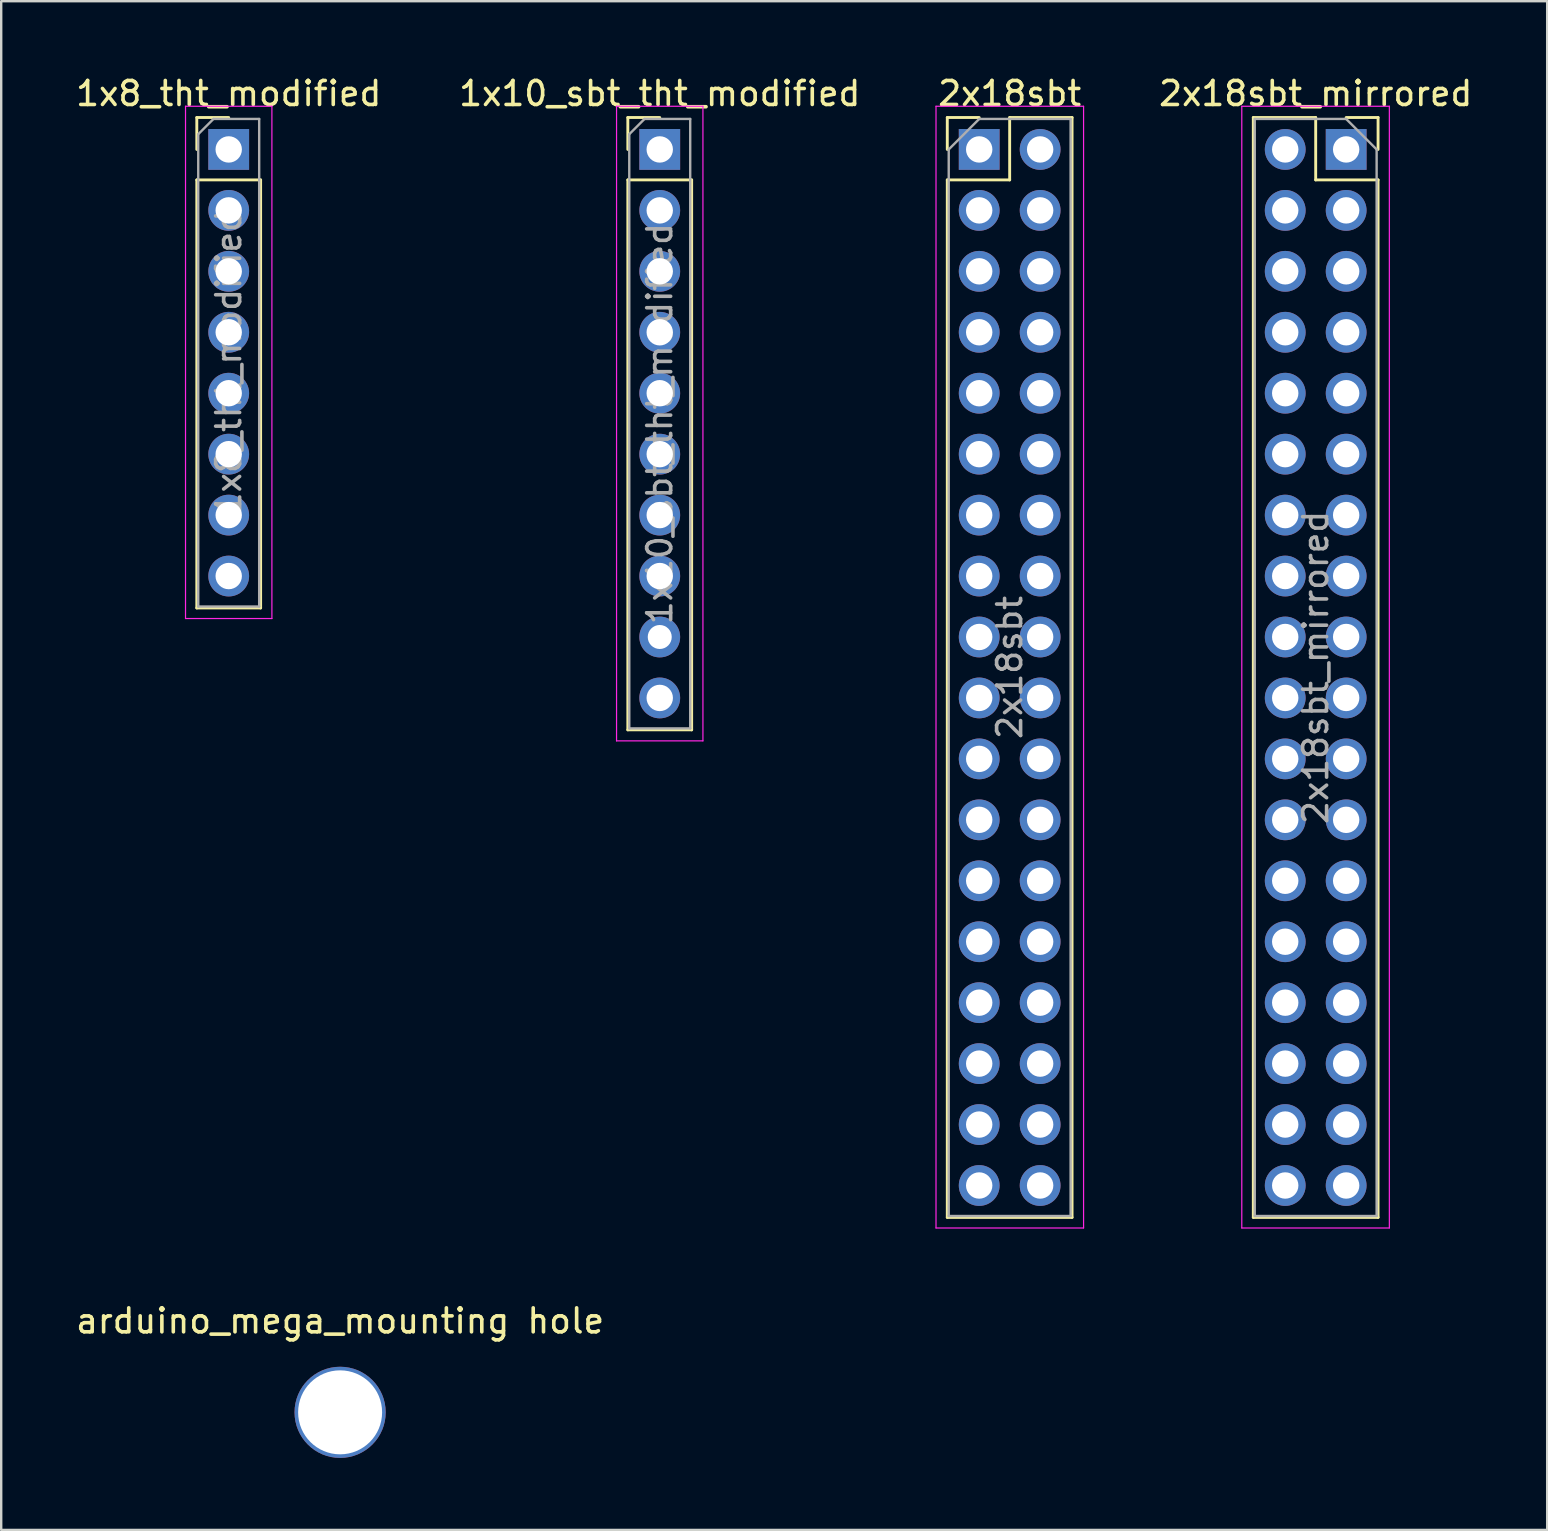
<source format=kicad_pcb>
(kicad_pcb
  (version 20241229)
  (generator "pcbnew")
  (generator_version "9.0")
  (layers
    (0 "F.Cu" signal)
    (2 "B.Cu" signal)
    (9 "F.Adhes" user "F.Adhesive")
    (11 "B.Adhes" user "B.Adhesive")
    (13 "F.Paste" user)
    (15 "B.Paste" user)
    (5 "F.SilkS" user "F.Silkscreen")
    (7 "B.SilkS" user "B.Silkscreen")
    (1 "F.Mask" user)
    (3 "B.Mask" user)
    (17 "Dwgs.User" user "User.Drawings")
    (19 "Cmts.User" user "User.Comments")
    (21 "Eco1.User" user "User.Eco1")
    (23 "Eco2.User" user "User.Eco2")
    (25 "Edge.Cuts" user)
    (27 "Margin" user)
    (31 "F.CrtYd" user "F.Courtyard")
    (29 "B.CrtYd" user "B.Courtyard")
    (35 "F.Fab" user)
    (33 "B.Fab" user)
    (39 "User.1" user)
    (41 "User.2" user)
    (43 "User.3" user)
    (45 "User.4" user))
  (footprint "1x10_sbt_tht_modified"
    (layer "F.Cu")
    (at 24.446 3.178)
    (property "Reference" "1x10_sbt_tht_modified" (at 0 -2.33 0) (layer "F.SilkS") (effects (font (size 1 1) (thickness 0.15))))
    (attr through_hole)
    (fp_line (start -1.33 -1.33) (end 0 -1.33) (stroke (width 0.12) (type solid)) (layer "F.SilkS"))
    (fp_line (start -1.33 0) (end -1.33 -1.33) (stroke (width 0.12) (type solid)) (layer "F.SilkS"))
    (fp_line (start -1.33 1.27) (end -1.33 24.19) (stroke (width 0.12) (type solid)) (layer "F.SilkS"))
    (fp_line (start -1.33 1.27) (end 1.33 1.27) (stroke (width 0.12) (type solid)) (layer "F.SilkS"))
    (fp_line (start -1.33 24.19) (end 1.33 24.19) (stroke (width 0.12) (type solid)) (layer "F.SilkS"))
    (fp_line (start 1.33 1.27) (end 1.33 24.19) (stroke (width 0.12) (type solid)) (layer "F.SilkS"))
    (fp_line (start -1.8 -1.8) (end -1.8 24.65) (stroke (width 0.05) (type solid)) (layer "F.CrtYd"))
    (fp_line (start -1.8 24.65) (end 1.8 24.65) (stroke (width 0.05) (type solid)) (layer "F.CrtYd"))
    (fp_line (start 1.8 -1.8) (end -1.8 -1.8) (stroke (width 0.05) (type solid)) (layer "F.CrtYd"))
    (fp_line (start 1.8 24.65) (end 1.8 -1.8) (stroke (width 0.05) (type solid)) (layer "F.CrtYd"))
    (fp_line (start -1.27 -0.635) (end -0.635 -1.27) (stroke (width 0.1) (type solid)) (layer "F.Fab"))
    (fp_line (start -1.27 24.13) (end -1.27 -0.635) (stroke (width 0.1) (type solid)) (layer "F.Fab"))
    (fp_line (start -0.635 -1.27) (end 1.27 -1.27) (stroke (width 0.1) (type solid)) (layer "F.Fab"))
    (fp_line (start 1.27 -1.27) (end 1.27 24.13) (stroke (width 0.1) (type solid)) (layer "F.Fab"))
    (fp_line (start 1.27 24.13) (end -1.27 24.13) (stroke (width 0.1) (type solid)) (layer "F.Fab"))
    (fp_text user "${REFERENCE}" (at 0 11.43 90) (layer "F.Fab") (effects (font (size 1 1) (thickness 0.15))))
    (pad "1" thru_hole rect (at 0 0) (size 1.7 1.7) (drill 1.1) (layers "*.Cu" "*.Mask"))
    (pad "2" thru_hole oval (at 0 2.54) (size 1.7 1.7) (drill 1.1) (layers "*.Cu" "*.Mask"))
    (pad "3" thru_hole oval (at 0 5.08) (size 1.7 1.7) (drill 1.1) (layers "*.Cu" "*.Mask"))
    (pad "4" thru_hole oval (at 0 7.62) (size 1.7 1.7) (drill 1.1) (layers "*.Cu" "*.Mask"))
    (pad "5" thru_hole oval (at 0 10.16) (size 1.7 1.7) (drill 1.1) (layers "*.Cu" "*.Mask"))
    (pad "6" thru_hole oval (at 0 12.7) (size 1.7 1.7) (drill 1.1) (layers "*.Cu" "*.Mask"))
    (pad "7" thru_hole oval (at 0 15.24) (size 1.7 1.7) (drill 1.1) (layers "*.Cu" "*.Mask"))
    (pad "8" thru_hole oval (at 0 17.78) (size 1.7 1.7) (drill 1.1) (layers "*.Cu" "*.Mask"))
    (pad "9" thru_hole oval (at 0 20.32) (size 1.7 1.7) (drill 1) (layers "*.Cu" "*.Mask"))
    (pad "10" thru_hole oval (at 0 22.86) (size 1.7 1.7) (drill 1.1) (layers "*.Cu" "*.Mask")))
  (footprint "1x8_tht_modified"
    (layer "F.Cu")
    (at 6.482 3.178)
    (property "Reference" "1x8_tht_modified" (at 0 -2.33 0) (layer "F.SilkS") (effects (font (size 1 1) (thickness 0.15))))
    (attr through_hole)
    (fp_line (start -1.33 -1.33) (end 0 -1.33) (stroke (width 0.12) (type solid)) (layer "F.SilkS"))
    (fp_line (start -1.33 0) (end -1.33 -1.33) (stroke (width 0.12) (type solid)) (layer "F.SilkS"))
    (fp_line (start -1.33 1.27) (end -1.33 19.11) (stroke (width 0.12) (type solid)) (layer "F.SilkS"))
    (fp_line (start -1.33 1.27) (end 1.33 1.27) (stroke (width 0.12) (type solid)) (layer "F.SilkS"))
    (fp_line (start -1.33 19.11) (end 1.33 19.11) (stroke (width 0.12) (type solid)) (layer "F.SilkS"))
    (fp_line (start 1.33 1.27) (end 1.33 19.11) (stroke (width 0.12) (type solid)) (layer "F.SilkS"))
    (fp_line (start -1.8 -1.8) (end -1.8 19.55) (stroke (width 0.05) (type solid)) (layer "F.CrtYd"))
    (fp_line (start -1.8 19.55) (end 1.8 19.55) (stroke (width 0.05) (type solid)) (layer "F.CrtYd"))
    (fp_line (start 1.8 -1.8) (end -1.8 -1.8) (stroke (width 0.05) (type solid)) (layer "F.CrtYd"))
    (fp_line (start 1.8 19.55) (end 1.8 -1.8) (stroke (width 0.05) (type solid)) (layer "F.CrtYd"))
    (fp_line (start -1.27 -0.635) (end -0.635 -1.27) (stroke (width 0.1) (type solid)) (layer "F.Fab"))
    (fp_line (start -1.27 19.05) (end -1.27 -0.635) (stroke (width 0.1) (type solid)) (layer "F.Fab"))
    (fp_line (start -0.635 -1.27) (end 1.27 -1.27) (stroke (width 0.1) (type solid)) (layer "F.Fab"))
    (fp_line (start 1.27 -1.27) (end 1.27 19.05) (stroke (width 0.1) (type solid)) (layer "F.Fab"))
    (fp_line (start 1.27 19.05) (end -1.27 19.05) (stroke (width 0.1) (type solid)) (layer "F.Fab"))
    (fp_text user "${REFERENCE}" (at 0 8.89 90) (layer "F.Fab") (effects (font (size 1 1) (thickness 0.15))))
    (pad "1" thru_hole rect (at 0 0) (size 1.7 1.7) (drill 1.1) (layers "*.Cu" "*.Mask"))
    (pad "2" thru_hole oval (at 0 2.54) (size 1.7 1.7) (drill 1.1) (layers "*.Cu" "*.Mask"))
    (pad "3" thru_hole oval (at 0 5.08) (size 1.7 1.7) (drill 1.1) (layers "*.Cu" "*.Mask"))
    (pad "4" thru_hole oval (at 0 7.62) (size 1.7 1.7) (drill 1.1) (layers "*.Cu" "*.Mask"))
    (pad "5" thru_hole oval (at 0 10.16) (size 1.7 1.7) (drill 1.1) (layers "*.Cu" "*.Mask"))
    (pad "6" thru_hole oval (at 0 12.7) (size 1.7 1.7) (drill 1.1) (layers "*.Cu" "*.Mask"))
    (pad "7" thru_hole oval (at 0 15.24) (size 1.7 1.7) (drill 1.1) (layers "*.Cu" "*.Mask"))
    (pad "8" thru_hole oval (at 0 17.78) (size 1.7 1.7) (drill 1.1) (layers "*.Cu" "*.Mask")))
  (footprint "2x18sbt_mirrored"
    (layer "F.Cu")
    (at 53.054 3.178)
    (property "Reference" "2x18sbt_mirrored" (at -1.27 -2.33 0) (layer "F.SilkS") (effects (font (size 1 1) (thickness 0.15))))
    (attr through_hole)
    (fp_line (start -3.87 -1.33) (end -3.87 44.51) (stroke (width 0.12) (type solid)) (layer "F.SilkS"))
    (fp_line (start -1.27 -1.33) (end -3.87 -1.33) (stroke (width 0.12) (type solid)) (layer "F.SilkS"))
    (fp_line (start -1.27 1.27) (end -1.27 -1.33) (stroke (width 0.12) (type solid)) (layer "F.SilkS"))
    (fp_line (start 1.33 -1.33) (end 0 -1.33) (stroke (width 0.12) (type solid)) (layer "F.SilkS"))
    (fp_line (start 1.33 0) (end 1.33 -1.33) (stroke (width 0.12) (type solid)) (layer "F.SilkS"))
    (fp_line (start 1.33 1.27) (end -1.27 1.27) (stroke (width 0.12) (type solid)) (layer "F.SilkS"))
    (fp_line (start 1.33 1.27) (end 1.33 44.51) (stroke (width 0.12) (type solid)) (layer "F.SilkS"))
    (fp_line (start 1.33 44.51) (end -3.87 44.51) (stroke (width 0.12) (type solid)) (layer "F.SilkS"))
    (fp_line (start -4.35 -1.8) (end 1.8 -1.8) (stroke (width 0.05) (type solid)) (layer "F.CrtYd"))
    (fp_line (start -4.35 44.95) (end -4.35 -1.8) (stroke (width 0.05) (type solid)) (layer "F.CrtYd"))
    (fp_line (start 1.8 -1.8) (end 1.8 44.95) (stroke (width 0.05) (type solid)) (layer "F.CrtYd"))
    (fp_line (start 1.8 44.95) (end -4.35 44.95) (stroke (width 0.05) (type solid)) (layer "F.CrtYd"))
    (fp_line (start -3.81 -1.27) (end -3.81 44.45) (stroke (width 0.1) (type solid)) (layer "F.Fab"))
    (fp_line (start -3.81 44.45) (end 1.27 44.45) (stroke (width 0.1) (type solid)) (layer "F.Fab"))
    (fp_line (start 0 -1.27) (end -3.81 -1.27) (stroke (width 0.1) (type solid)) (layer "F.Fab"))
    (fp_line (start 1.27 0) (end 0 -1.27) (stroke (width 0.1) (type solid)) (layer "F.Fab"))
    (fp_line (start 1.27 44.45) (end 1.27 0) (stroke (width 0.1) (type solid)) (layer "F.Fab"))
    (fp_text user "${REFERENCE}" (at -1.27 21.59 90) (layer "F.Fab") (effects (font (size 1 1) (thickness 0.15))))
    (pad "1" thru_hole rect (at 0 0) (size 1.7 1.7) (drill 1.1) (layers "*.Cu" "*.Mask"))
    (pad "2" thru_hole oval (at -2.54 0) (size 1.7 1.7) (drill 1.1) (layers "*.Cu" "*.Mask"))
    (pad "3" thru_hole oval (at 0 2.54) (size 1.7 1.7) (drill 1.1) (layers "*.Cu" "*.Mask"))
    (pad "4" thru_hole oval (at -2.54 2.54) (size 1.7 1.7) (drill 1.1) (layers "*.Cu" "*.Mask"))
    (pad "5" thru_hole oval (at 0 5.08) (size 1.7 1.7) (drill 1.1) (layers "*.Cu" "*.Mask"))
    (pad "6" thru_hole oval (at -2.54 5.08) (size 1.7 1.7) (drill 1.1) (layers "*.Cu" "*.Mask"))
    (pad "7" thru_hole oval (at 0 7.62) (size 1.7 1.7) (drill 1.1) (layers "*.Cu" "*.Mask"))
    (pad "8" thru_hole oval (at -2.54 7.62) (size 1.7 1.7) (drill 1.1) (layers "*.Cu" "*.Mask"))
    (pad "9" thru_hole oval (at 0 10.16) (size 1.7 1.7) (drill 1.1) (layers "*.Cu" "*.Mask"))
    (pad "10" thru_hole oval (at -2.54 10.16) (size 1.7 1.7) (drill 1.1) (layers "*.Cu" "*.Mask"))
    (pad "11" thru_hole oval (at 0 12.7) (size 1.7 1.7) (drill 1.1) (layers "*.Cu" "*.Mask"))
    (pad "12" thru_hole oval (at -2.54 12.7) (size 1.7 1.7) (drill 1.1) (layers "*.Cu" "*.Mask"))
    (pad "13" thru_hole oval (at 0 15.24) (size 1.7 1.7) (drill 1.1) (layers "*.Cu" "*.Mask"))
    (pad "14" thru_hole oval (at -2.54 15.24) (size 1.7 1.7) (drill 1.1) (layers "*.Cu" "*.Mask"))
    (pad "15" thru_hole oval (at 0 17.78) (size 1.7 1.7) (drill 1.1) (layers "*.Cu" "*.Mask"))
    (pad "16" thru_hole oval (at -2.54 17.78) (size 1.7 1.7) (drill 1.1) (layers "*.Cu" "*.Mask"))
    (pad "17" thru_hole oval (at 0 20.32) (size 1.7 1.7) (drill 1.1) (layers "*.Cu" "*.Mask"))
    (pad "18" thru_hole oval (at -2.54 20.32) (size 1.7 1.7) (drill 1.1) (layers "*.Cu" "*.Mask"))
    (pad "19" thru_hole oval (at 0 22.86) (size 1.7 1.7) (drill 1.1) (layers "*.Cu" "*.Mask"))
    (pad "20" thru_hole oval (at -2.54 22.86) (size 1.7 1.7) (drill 1.1) (layers "*.Cu" "*.Mask"))
    (pad "21" thru_hole oval (at 0 25.4) (size 1.7 1.7) (drill 1.1) (layers "*.Cu" "*.Mask"))
    (pad "22" thru_hole oval (at -2.54 25.4) (size 1.7 1.7) (drill 1.1) (layers "*.Cu" "*.Mask"))
    (pad "23" thru_hole oval (at 0 27.94) (size 1.7 1.7) (drill 1.1) (layers "*.Cu" "*.Mask"))
    (pad "24" thru_hole oval (at -2.54 27.94) (size 1.7 1.7) (drill 1.1) (layers "*.Cu" "*.Mask"))
    (pad "25" thru_hole oval (at 0 30.48) (size 1.7 1.7) (drill 1.1) (layers "*.Cu" "*.Mask"))
    (pad "26" thru_hole oval (at -2.54 30.48) (size 1.7 1.7) (drill 1.1) (layers "*.Cu" "*.Mask"))
    (pad "27" thru_hole oval (at 0 33.02) (size 1.7 1.7) (drill 1.1) (layers "*.Cu" "*.Mask"))
    (pad "28" thru_hole oval (at -2.54 33.02) (size 1.7 1.7) (drill 1.1) (layers "*.Cu" "*.Mask"))
    (pad "29" thru_hole oval (at 0 35.56) (size 1.7 1.7) (drill 1.1) (layers "*.Cu" "*.Mask"))
    (pad "30" thru_hole oval (at -2.54 35.56) (size 1.7 1.7) (drill 1.1) (layers "*.Cu" "*.Mask"))
    (pad "31" thru_hole oval (at 0 38.1) (size 1.7 1.7) (drill 1.1) (layers "*.Cu" "*.Mask"))
    (pad "32" thru_hole oval (at -2.54 38.1) (size 1.7 1.7) (drill 1.1) (layers "*.Cu" "*.Mask"))
    (pad "33" thru_hole oval (at 0 40.64) (size 1.7 1.7) (drill 1.1) (layers "*.Cu" "*.Mask"))
    (pad "34" thru_hole oval (at -2.54 40.64) (size 1.7 1.7) (drill 1.1) (layers "*.Cu" "*.Mask"))
    (pad "35" thru_hole oval (at 0 43.18) (size 1.7 1.7) (drill 1.1) (layers "*.Cu" "*.Mask"))
    (pad "36" thru_hole oval (at -2.54 43.18) (size 1.7 1.7) (drill 1.1) (layers "*.Cu" "*.Mask")))
  (footprint "arduino_mega_mounting hole"
    (layer "F.Cu")
    (at 11.125 55.812)
    (property "Reference" "arduino_mega_mounting hole" (at 0 -3.81 0) (layer "F.SilkS") (effects (font (size 1 1) (thickness 0.15))))
    (attr through_hole)
    (pad "" np_thru_hole circle (at 0 0) (size 3.8 3.8) (drill 3.5) (layers "*.Cu" "*.Mask")))
  (footprint "2x18sbt"
    (layer "F.Cu")
    (at 37.76 3.178)
    (property "Reference" "2x18sbt" (at 1.27 -2.33 0) (layer "F.SilkS") (effects (font (size 1 1) (thickness 0.15))))
    (attr through_hole)
    (fp_line (start -1.33 -1.33) (end 0 -1.33) (stroke (width 0.12) (type solid)) (layer "F.SilkS"))
    (fp_line (start -1.33 0) (end -1.33 -1.33) (stroke (width 0.12) (type solid)) (layer "F.SilkS"))
    (fp_line (start -1.33 1.27) (end -1.33 44.51) (stroke (width 0.12) (type solid)) (layer "F.SilkS"))
    (fp_line (start -1.33 1.27) (end 1.27 1.27) (stroke (width 0.12) (type solid)) (layer "F.SilkS"))
    (fp_line (start -1.33 44.51) (end 3.87 44.51) (stroke (width 0.12) (type solid)) (layer "F.SilkS"))
    (fp_line (start 1.27 -1.33) (end 3.87 -1.33) (stroke (width 0.12) (type solid)) (layer "F.SilkS"))
    (fp_line (start 1.27 1.27) (end 1.27 -1.33) (stroke (width 0.12) (type solid)) (layer "F.SilkS"))
    (fp_line (start 3.87 -1.33) (end 3.87 44.51) (stroke (width 0.12) (type solid)) (layer "F.SilkS"))
    (fp_line (start -1.8 -1.8) (end -1.8 44.95) (stroke (width 0.05) (type solid)) (layer "F.CrtYd"))
    (fp_line (start -1.8 44.95) (end 4.35 44.95) (stroke (width 0.05) (type solid)) (layer "F.CrtYd"))
    (fp_line (start 4.35 -1.8) (end -1.8 -1.8) (stroke (width 0.05) (type solid)) (layer "F.CrtYd"))
    (fp_line (start 4.35 44.95) (end 4.35 -1.8) (stroke (width 0.05) (type solid)) (layer "F.CrtYd"))
    (fp_line (start -1.27 0) (end 0 -1.27) (stroke (width 0.1) (type solid)) (layer "F.Fab"))
    (fp_line (start -1.27 44.45) (end -1.27 0) (stroke (width 0.1) (type solid)) (layer "F.Fab"))
    (fp_line (start 0 -1.27) (end 3.81 -1.27) (stroke (width 0.1) (type solid)) (layer "F.Fab"))
    (fp_line (start 3.81 -1.27) (end 3.81 44.45) (stroke (width 0.1) (type solid)) (layer "F.Fab"))
    (fp_line (start 3.81 44.45) (end -1.27 44.45) (stroke (width 0.1) (type solid)) (layer "F.Fab"))
    (fp_text user "${REFERENCE}" (at 1.27 21.59 90) (layer "F.Fab") (effects (font (size 1 1) (thickness 0.15))))
    (pad "1" thru_hole rect (at 0 0) (size 1.7 1.7) (drill 1.1) (layers "*.Cu" "*.Mask"))
    (pad "2" thru_hole oval (at 2.54 0) (size 1.7 1.7) (drill 1.1) (layers "*.Cu" "*.Mask"))
    (pad "3" thru_hole oval (at 0 2.54) (size 1.7 1.7) (drill 1.1) (layers "*.Cu" "*.Mask"))
    (pad "4" thru_hole oval (at 2.54 2.54) (size 1.7 1.7) (drill 1.1) (layers "*.Cu" "*.Mask"))
    (pad "5" thru_hole oval (at 0 5.08) (size 1.7 1.7) (drill 1.1) (layers "*.Cu" "*.Mask"))
    (pad "6" thru_hole oval (at 2.54 5.08) (size 1.7 1.7) (drill 1.1) (layers "*.Cu" "*.Mask"))
    (pad "7" thru_hole oval (at 0 7.62) (size 1.7 1.7) (drill 1.1) (layers "*.Cu" "*.Mask"))
    (pad "8" thru_hole oval (at 2.54 7.62) (size 1.7 1.7) (drill 1.1) (layers "*.Cu" "*.Mask"))
    (pad "9" thru_hole oval (at 0 10.16) (size 1.7 1.7) (drill 1.1) (layers "*.Cu" "*.Mask"))
    (pad "10" thru_hole oval (at 2.54 10.16) (size 1.7 1.7) (drill 1.1) (layers "*.Cu" "*.Mask"))
    (pad "11" thru_hole oval (at 0 12.7) (size 1.7 1.7) (drill 1.1) (layers "*.Cu" "*.Mask"))
    (pad "12" thru_hole oval (at 2.54 12.7) (size 1.7 1.7) (drill 1.1) (layers "*.Cu" "*.Mask"))
    (pad "13" thru_hole oval (at 0 15.24) (size 1.7 1.7) (drill 1.1) (layers "*.Cu" "*.Mask"))
    (pad "14" thru_hole oval (at 2.54 15.24) (size 1.7 1.7) (drill 1.1) (layers "*.Cu" "*.Mask"))
    (pad "15" thru_hole oval (at 0 17.78) (size 1.7 1.7) (drill 1.1) (layers "*.Cu" "*.Mask"))
    (pad "16" thru_hole oval (at 2.54 17.78) (size 1.7 1.7) (drill 1.1) (layers "*.Cu" "*.Mask"))
    (pad "17" thru_hole oval (at 0 20.32) (size 1.7 1.7) (drill 1.1) (layers "*.Cu" "*.Mask"))
    (pad "18" thru_hole oval (at 2.54 20.32) (size 1.7 1.7) (drill 1.1) (layers "*.Cu" "*.Mask"))
    (pad "19" thru_hole oval (at 0 22.86) (size 1.7 1.7) (drill 1.1) (layers "*.Cu" "*.Mask"))
    (pad "20" thru_hole oval (at 2.54 22.86) (size 1.7 1.7) (drill 1.1) (layers "*.Cu" "*.Mask"))
    (pad "21" thru_hole oval (at 0 25.4) (size 1.7 1.7) (drill 1.1) (layers "*.Cu" "*.Mask"))
    (pad "22" thru_hole oval (at 2.54 25.4) (size 1.7 1.7) (drill 1.1) (layers "*.Cu" "*.Mask"))
    (pad "23" thru_hole oval (at 0 27.94) (size 1.7 1.7) (drill 1.1) (layers "*.Cu" "*.Mask"))
    (pad "24" thru_hole oval (at 2.54 27.94) (size 1.7 1.7) (drill 1.1) (layers "*.Cu" "*.Mask"))
    (pad "25" thru_hole oval (at 0 30.48) (size 1.7 1.7) (drill 1.1) (layers "*.Cu" "*.Mask"))
    (pad "26" thru_hole oval (at 2.54 30.48) (size 1.7 1.7) (drill 1.1) (layers "*.Cu" "*.Mask"))
    (pad "27" thru_hole oval (at 0 33.02) (size 1.7 1.7) (drill 1.1) (layers "*.Cu" "*.Mask"))
    (pad "28" thru_hole oval (at 2.54 33.02) (size 1.7 1.7) (drill 1.1) (layers "*.Cu" "*.Mask"))
    (pad "29" thru_hole oval (at 0 35.56) (size 1.7 1.7) (drill 1.1) (layers "*.Cu" "*.Mask"))
    (pad "30" thru_hole oval (at 2.54 35.56) (size 1.7 1.7) (drill 1.1) (layers "*.Cu" "*.Mask"))
    (pad "31" thru_hole oval (at 0 38.1) (size 1.7 1.7) (drill 1.1) (layers "*.Cu" "*.Mask"))
    (pad "32" thru_hole oval (at 2.54 38.1) (size 1.7 1.7) (drill 1.1) (layers "*.Cu" "*.Mask"))
    (pad "33" thru_hole oval (at 0 40.64) (size 1.7 1.7) (drill 1.1) (layers "*.Cu" "*.Mask"))
    (pad "34" thru_hole oval (at 2.54 40.64) (size 1.7 1.7) (drill 1.1) (layers "*.Cu" "*.Mask"))
    (pad "35" thru_hole oval (at 0 43.18) (size 1.7 1.7) (drill 1.1) (layers "*.Cu" "*.Mask"))
    (pad "36" thru_hole oval (at 2.54 43.18) (size 1.7 1.7) (drill 1.1) (layers "*.Cu" "*.Mask")))
  (gr_rect
    (start -3 -3)
    (end 61.432 60.712)
    (stroke (width 0.1) (type default))
    (fill no)
    (layer "Edge.Cuts")))
</source>
